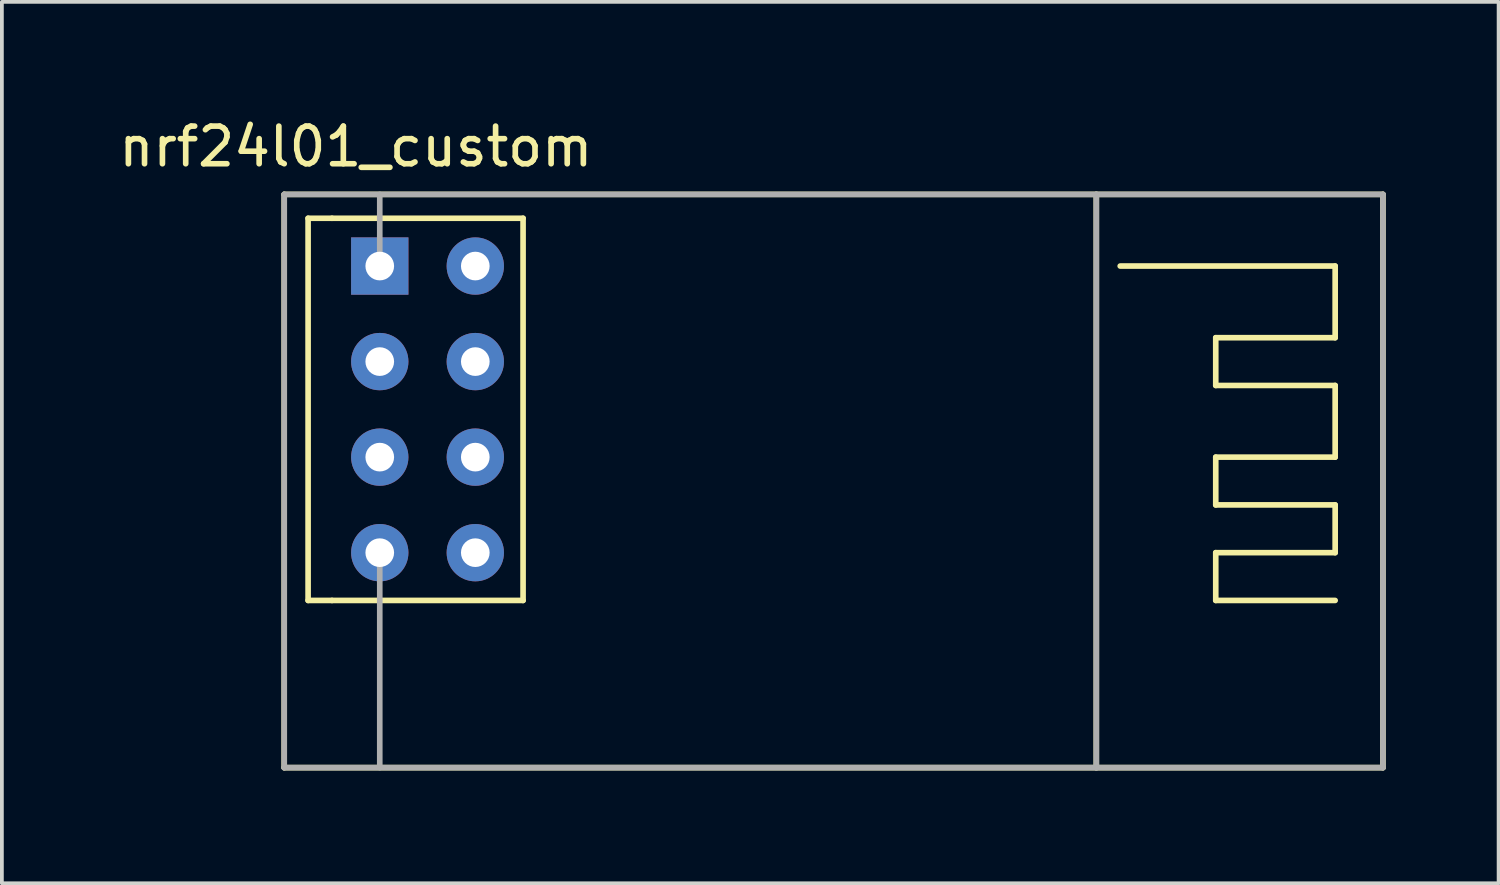
<source format=kicad_pcb>
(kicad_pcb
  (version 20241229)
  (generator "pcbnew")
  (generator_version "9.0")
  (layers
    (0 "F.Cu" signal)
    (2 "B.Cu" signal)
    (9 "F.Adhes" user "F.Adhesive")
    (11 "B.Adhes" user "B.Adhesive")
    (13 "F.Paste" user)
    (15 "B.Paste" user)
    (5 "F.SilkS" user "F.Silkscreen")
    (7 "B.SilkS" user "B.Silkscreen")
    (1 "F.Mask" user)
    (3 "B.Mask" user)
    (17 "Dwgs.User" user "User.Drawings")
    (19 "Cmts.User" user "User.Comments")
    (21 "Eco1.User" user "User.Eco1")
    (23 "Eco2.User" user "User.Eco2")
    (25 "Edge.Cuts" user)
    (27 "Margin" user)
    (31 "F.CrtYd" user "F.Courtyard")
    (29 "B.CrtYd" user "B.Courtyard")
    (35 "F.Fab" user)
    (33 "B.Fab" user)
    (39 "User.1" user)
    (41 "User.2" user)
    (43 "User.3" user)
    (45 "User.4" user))
  (footprint "nrf24l01_custom"
    (layer "F.Cu")
    (at 12.126 9.103)
    (property "Reference" "nrf24l01_custom" (at -5.715 -8.255 0) (layer "F.SilkS") (effects (font (size 1 1) (thickness 0.15))))
    (attr through_hole)
    (fp_line (start -7.62 -6.985) (end -7.62 8.255) (stroke (width 0.15) (type solid)) (layer "F.SilkS"))
    (fp_line (start -7.62 8.255) (end 21.59 8.255) (stroke (width 0.15) (type solid)) (layer "F.SilkS"))
    (fp_line (start -6.985 -6.35) (end -6.35 -6.35) (stroke (width 0.15) (type solid)) (layer "F.SilkS"))
    (fp_line (start -6.985 3.81) (end -6.985 -6.35) (stroke (width 0.15) (type solid)) (layer "F.SilkS"))
    (fp_line (start -6.35 -6.35) (end -1.27 -6.35) (stroke (width 0.15) (type solid)) (layer "F.SilkS"))
    (fp_line (start -6.35 3.81) (end -6.985 3.81) (stroke (width 0.15) (type solid)) (layer "F.SilkS"))
    (fp_line (start -1.27 -6.35) (end -1.27 3.81) (stroke (width 0.15) (type solid)) (layer "F.SilkS"))
    (fp_line (start -1.27 3.81) (end -6.35 3.81) (stroke (width 0.15) (type solid)) (layer "F.SilkS"))
    (fp_line (start 13.97 -6.985) (end 13.97 8.255) (stroke (width 0.15) (type solid)) (layer "F.SilkS"))
    (fp_line (start 14.605 -5.08) (end 20.32 -5.08) (stroke (width 0.15) (type solid)) (layer "F.SilkS"))
    (fp_line (start 17.145 -3.175) (end 17.145 -1.905) (stroke (width 0.15) (type solid)) (layer "F.SilkS"))
    (fp_line (start 17.145 -1.905) (end 20.32 -1.905) (stroke (width 0.15) (type solid)) (layer "F.SilkS"))
    (fp_line (start 17.145 0) (end 17.145 1.27) (stroke (width 0.15) (type solid)) (layer "F.SilkS"))
    (fp_line (start 17.145 1.27) (end 20.32 1.27) (stroke (width 0.15) (type solid)) (layer "F.SilkS"))
    (fp_line (start 17.145 2.54) (end 17.145 3.81) (stroke (width 0.15) (type solid)) (layer "F.SilkS"))
    (fp_line (start 17.145 3.81) (end 20.32 3.81) (stroke (width 0.15) (type solid)) (layer "F.SilkS"))
    (fp_line (start 20.32 -5.08) (end 20.32 -3.175) (stroke (width 0.15) (type solid)) (layer "F.SilkS"))
    (fp_line (start 20.32 -3.175) (end 17.145 -3.175) (stroke (width 0.15) (type solid)) (layer "F.SilkS"))
    (fp_line (start 20.32 -1.905) (end 20.32 0) (stroke (width 0.15) (type solid)) (layer "F.SilkS"))
    (fp_line (start 20.32 0) (end 17.145 0) (stroke (width 0.15) (type solid)) (layer "F.SilkS"))
    (fp_line (start 20.32 1.27) (end 20.32 2.54) (stroke (width 0.15) (type solid)) (layer "F.SilkS"))
    (fp_line (start 20.32 2.54) (end 17.145 2.54) (stroke (width 0.15) (type solid)) (layer "F.SilkS"))
    (fp_line (start 21.59 -6.985) (end -7.62 -6.985) (stroke (width 0.15) (type solid)) (layer "F.SilkS"))
    (fp_line (start 21.59 8.255) (end 21.59 -6.985) (stroke (width 0.15) (type solid)) (layer "F.SilkS"))
    (fp_line (start -7.62 -6.985) (end -7.62 8.255) (stroke (width 0.15) (type solid)) (layer "F.Fab"))
    (fp_line (start -7.62 8.255) (end 13.97 8.255) (stroke (width 0.15) (type solid)) (layer "F.Fab"))
    (fp_line (start -5.08 -5.08) (end -5.08 -6.985) (stroke (width 0.15) (type solid)) (layer "F.Fab"))
    (fp_line (start -5.08 8.255) (end -5.08 2.54) (stroke (width 0.15) (type solid)) (layer "F.Fab"))
    (fp_line (start 13.97 -6.985) (end -7.62 -6.985) (stroke (width 0.15) (type solid)) (layer "F.Fab"))
    (fp_line (start 13.97 8.255) (end 13.97 -6.985) (stroke (width 0.15) (type solid)) (layer "F.Fab"))
    (fp_line (start 13.97 8.255) (end 21.59 8.255) (stroke (width 0.15) (type solid)) (layer "F.Fab"))
    (fp_line (start 21.59 -6.985) (end 13.97 -6.985) (stroke (width 0.15) (type solid)) (layer "F.Fab"))
    (fp_line (start 21.59 8.255) (end 21.59 -6.985) (stroke (width 0.15) (type solid)) (layer "F.Fab"))
    (pad "1" thru_hole rect (at -5.08 -5.08) (size 1.524 1.524) (drill 0.762) (layers "*.Cu" "*.Mask"))
    (pad "2" thru_hole circle (at -2.54 -5.08) (size 1.524 1.524) (drill 0.762) (layers "*.Cu" "*.Mask"))
    (pad "3" thru_hole circle (at -5.08 -2.54) (size 1.524 1.524) (drill 0.762) (layers "*.Cu" "*.Mask"))
    (pad "4" thru_hole circle (at -2.54 -2.54) (size 1.524 1.524) (drill 0.762) (layers "*.Cu" "*.Mask"))
    (pad "5" thru_hole circle (at -5.08 0) (size 1.524 1.524) (drill 0.762) (layers "*.Cu" "*.Mask"))
    (pad "6" thru_hole circle (at -2.54 0) (size 1.524 1.524) (drill 0.762) (layers "*.Cu" "*.Mask"))
    (pad "7" thru_hole circle (at -5.08 2.54) (size 1.524 1.524) (drill 0.762) (layers "*.Cu" "*.Mask"))
    (pad "8" thru_hole circle (at -2.54 2.54) (size 1.524 1.524) (drill 0.762) (layers "*.Cu" "*.Mask")))
  (gr_rect
    (start -3 -3)
    (end 36.791 20.433)
    (stroke (width 0.1) (type default))
    (fill no)
    (layer "Edge.Cuts")))
</source>
